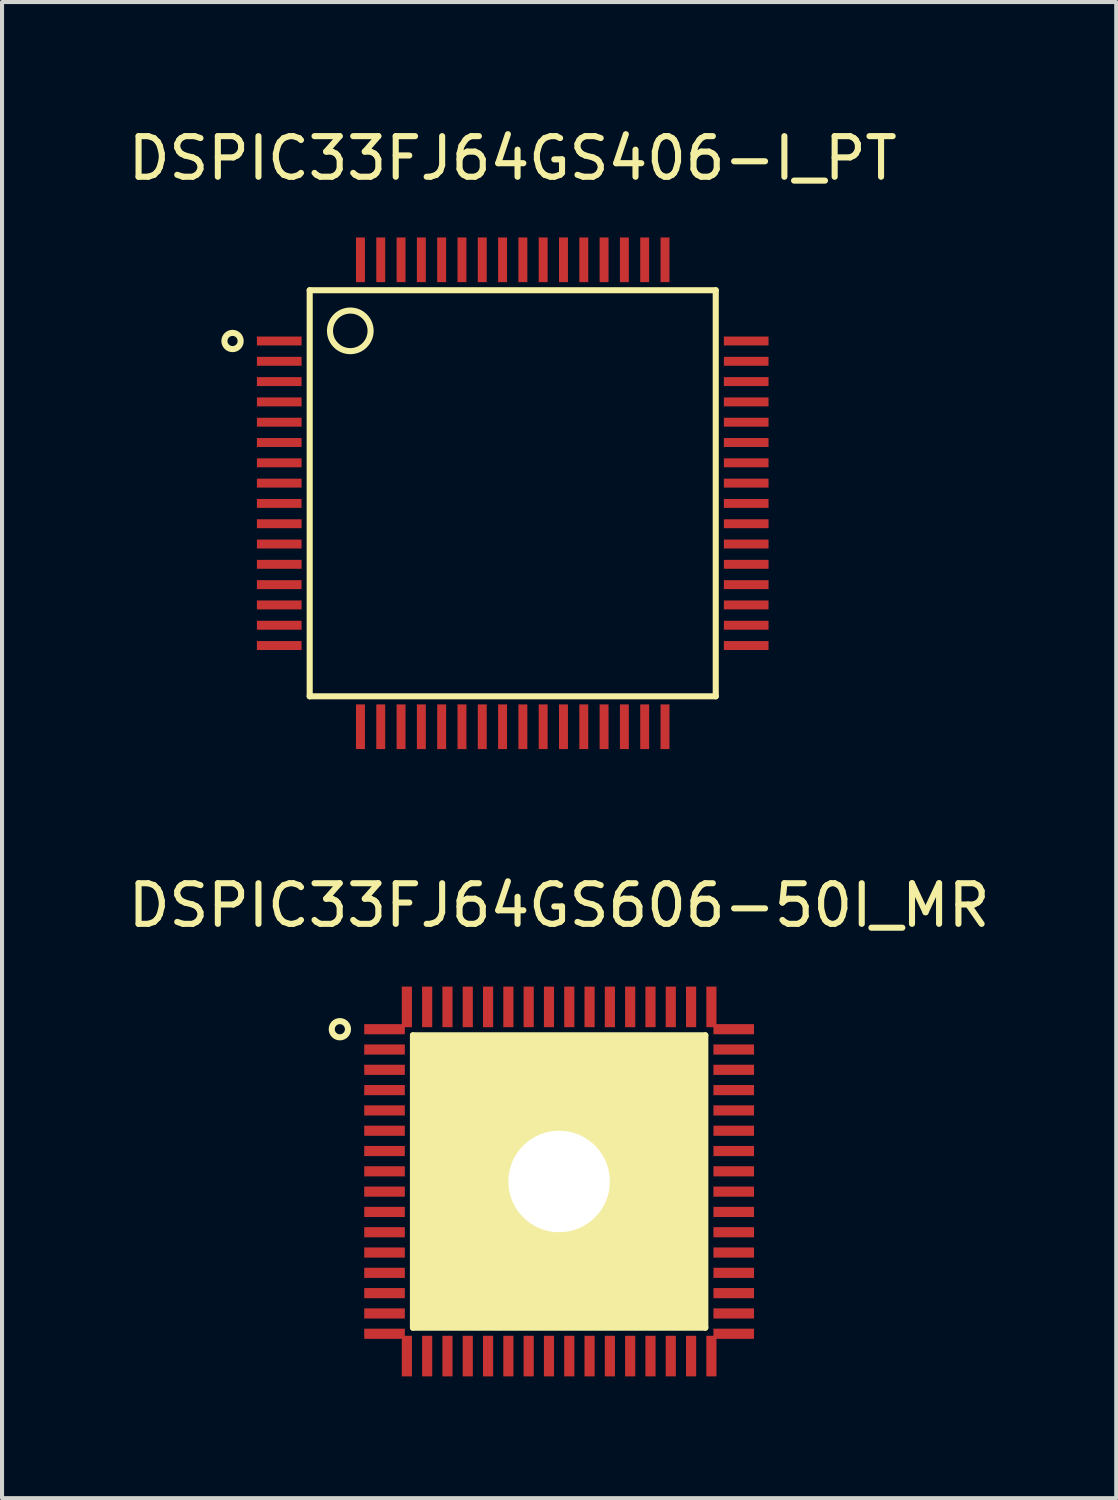
<source format=kicad_pcb>
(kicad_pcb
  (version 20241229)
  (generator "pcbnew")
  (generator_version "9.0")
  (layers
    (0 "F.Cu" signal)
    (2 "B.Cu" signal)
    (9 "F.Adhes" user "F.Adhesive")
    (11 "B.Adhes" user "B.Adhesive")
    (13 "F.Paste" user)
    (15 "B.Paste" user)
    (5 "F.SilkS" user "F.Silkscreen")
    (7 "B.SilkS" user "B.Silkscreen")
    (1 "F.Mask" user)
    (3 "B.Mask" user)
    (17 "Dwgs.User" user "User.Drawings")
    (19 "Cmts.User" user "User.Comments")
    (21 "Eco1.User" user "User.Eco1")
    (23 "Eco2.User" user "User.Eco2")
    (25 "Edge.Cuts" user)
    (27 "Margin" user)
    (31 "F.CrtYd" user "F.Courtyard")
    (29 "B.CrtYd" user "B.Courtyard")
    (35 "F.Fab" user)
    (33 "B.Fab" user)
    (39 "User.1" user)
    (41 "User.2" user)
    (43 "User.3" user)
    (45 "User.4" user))
  (footprint "DSPIC33FJ64GS606-50I_MR"
    (layer "F.Cu")
    (at 6.42 21.747)
    (property "Reference" "DSPIC33FJ64GS606-50I_MR" (at 4.3 -2.5 0) (layer "F.SilkS") (effects (font (size 1 1) (thickness 0.15))))
    (attr through_hole)
    (fp_line (start 0.7 0.7) (end 0.7 7.9) (stroke (width 0.15) (type solid)) (layer "F.SilkS"))
    (fp_line (start 0.7 0.7) (end 7.9 0.7) (stroke (width 0.15) (type solid)) (layer "F.SilkS"))
    (fp_line (start 0.7 7.9) (end 7.9 7.9) (stroke (width 0.15) (type solid)) (layer "F.SilkS"))
    (fp_line (start 7.9 7.9) (end 7.9 0.7) (stroke (width 0.15) (type solid)) (layer "F.SilkS"))
    (fp_circle (center -1.1 0.55) (end -1.1 0.35) (stroke (width 0.15) (type solid)) (fill no) (layer "F.SilkS"))
    (fp_circle (center 1.7 1.7) (end 1.7 1.2) (stroke (width 0.15) (type solid)) (fill no) (layer "F.SilkS"))
    (pad "1" smd rect (at 0 0.55) (size 1 0.25) (layers "F.Cu" "F.Mask" "F.Paste"))
    (pad "2" smd rect (at 0 1.05) (size 1 0.25) (layers "F.Cu" "F.Mask" "F.Paste"))
    (pad "3" smd rect (at 0 1.55) (size 1 0.25) (layers "F.Cu" "F.Mask" "F.Paste"))
    (pad "4" smd rect (at 0 2.05) (size 1 0.25) (layers "F.Cu" "F.Mask" "F.Paste"))
    (pad "5" smd rect (at 0 2.55) (size 1 0.25) (layers "F.Cu" "F.Mask" "F.Paste"))
    (pad "6" smd rect (at 0 3.05) (size 1 0.25) (layers "F.Cu" "F.Mask" "F.Paste"))
    (pad "7" smd rect (at 0 3.55) (size 1 0.25) (layers "F.Cu" "F.Mask" "F.Paste"))
    (pad "8" smd rect (at 0 4.05) (size 1 0.25) (layers "F.Cu" "F.Mask" "F.Paste"))
    (pad "9" smd rect (at 0 4.55) (size 1 0.25) (layers "F.Cu" "F.Mask" "F.Paste"))
    (pad "10" smd rect (at 0 5.05) (size 1 0.25) (layers "F.Cu" "F.Mask" "F.Paste"))
    (pad "11" smd rect (at 0 5.55) (size 1 0.25) (layers "F.Cu" "F.Mask" "F.Paste"))
    (pad "12" smd rect (at 0 6.05) (size 1 0.25) (layers "F.Cu" "F.Mask" "F.Paste"))
    (pad "13" smd rect (at 0 6.55) (size 1 0.25) (layers "F.Cu" "F.Mask" "F.Paste"))
    (pad "14" smd rect (at 0 7.05) (size 1 0.25) (layers "F.Cu" "F.Mask" "F.Paste"))
    (pad "15" smd rect (at 0 7.55) (size 1 0.25) (layers "F.Cu" "F.Mask" "F.Paste"))
    (pad "16" smd rect (at 0 8.05) (size 1 0.25) (layers "F.Cu" "F.Mask" "F.Paste"))
    (pad "17" smd rect (at 0.55 8.6) (size 0.25 1) (layers "F.Cu" "F.Mask" "F.Paste"))
    (pad "18" smd rect (at 1.05 8.6) (size 0.25 1) (layers "F.Cu" "F.Mask" "F.Paste"))
    (pad "19" smd rect (at 1.55 8.6) (size 0.25 1) (layers "F.Cu" "F.Mask" "F.Paste"))
    (pad "20" smd rect (at 2.05 8.6) (size 0.25 1) (layers "F.Cu" "F.Mask" "F.Paste"))
    (pad "21" smd rect (at 2.55 8.6) (size 0.25 1) (layers "F.Cu" "F.Mask" "F.Paste"))
    (pad "22" smd rect (at 3.05 8.6) (size 0.25 1) (layers "F.Cu" "F.Mask" "F.Paste"))
    (pad "23" smd rect (at 3.55 8.6) (size 0.25 1) (layers "F.Cu" "F.Mask" "F.Paste"))
    (pad "24" smd rect (at 4.05 8.6) (size 0.25 1) (layers "F.Cu" "F.Mask" "F.Paste"))
    (pad "25" smd rect (at 4.55 8.6) (size 0.25 1) (layers "F.Cu" "F.Mask" "F.Paste"))
    (pad "26" smd rect (at 5.05 8.6) (size 0.25 1) (layers "F.Cu" "F.Mask" "F.Paste"))
    (pad "27" smd rect (at 5.55 8.6) (size 0.25 1) (layers "F.Cu" "F.Mask" "F.Paste"))
    (pad "28" smd rect (at 6.05 8.6) (size 0.25 1) (layers "F.Cu" "F.Mask" "F.Paste"))
    (pad "29" smd rect (at 6.55 8.6) (size 0.25 1) (layers "F.Cu" "F.Mask" "F.Paste"))
    (pad "30" smd rect (at 7.05 8.6) (size 0.25 1) (layers "F.Cu" "F.Mask" "F.Paste"))
    (pad "31" smd rect (at 7.55 8.6) (size 0.25 1) (layers "F.Cu" "F.Mask" "F.Paste"))
    (pad "32" smd rect (at 8.05 8.6) (size 0.25 1) (layers "F.Cu" "F.Mask" "F.Paste"))
    (pad "33" smd rect (at 8.6 8.05) (size 1 0.25) (layers "F.Cu" "F.Mask" "F.Paste"))
    (pad "34" smd rect (at 8.6 7.55) (size 1 0.25) (layers "F.Cu" "F.Mask" "F.Paste"))
    (pad "35" smd rect (at 8.6 7.05) (size 1 0.25) (layers "F.Cu" "F.Mask" "F.Paste"))
    (pad "36" smd rect (at 8.6 6.55) (size 1 0.25) (layers "F.Cu" "F.Mask" "F.Paste"))
    (pad "37" smd rect (at 8.6 6.05) (size 1 0.25) (layers "F.Cu" "F.Mask" "F.Paste"))
    (pad "38" smd rect (at 8.6 5.55) (size 1 0.25) (layers "F.Cu" "F.Mask" "F.Paste"))
    (pad "39" smd rect (at 8.6 5.05) (size 1 0.25) (layers "F.Cu" "F.Mask" "F.Paste"))
    (pad "40" smd rect (at 8.6 4.55) (size 1 0.25) (layers "F.Cu" "F.Mask" "F.Paste"))
    (pad "41" smd rect (at 8.6 4.05) (size 1 0.25) (layers "F.Cu" "F.Mask" "F.Paste"))
    (pad "42" smd rect (at 8.6 3.55) (size 1 0.25) (layers "F.Cu" "F.Mask" "F.Paste"))
    (pad "43" smd rect (at 8.6 3.05) (size 1 0.25) (layers "F.Cu" "F.Mask" "F.Paste"))
    (pad "44" smd rect (at 8.6 2.55) (size 1 0.25) (layers "F.Cu" "F.Mask" "F.Paste"))
    (pad "45" smd rect (at 8.6 2.05) (size 1 0.25) (layers "F.Cu" "F.Mask" "F.Paste"))
    (pad "46" smd rect (at 8.6 1.55) (size 1 0.25) (layers "F.Cu" "F.Mask" "F.Paste"))
    (pad "47" smd rect (at 8.6 1.05) (size 1 0.25) (layers "F.Cu" "F.Mask" "F.Paste"))
    (pad "48" smd rect (at 8.6 0.55) (size 1 0.25) (layers "F.Cu" "F.Mask" "F.Paste"))
    (pad "49" smd rect (at 8.05 0) (size 0.25 1) (layers "F.Cu" "F.Mask" "F.Paste"))
    (pad "50" smd rect (at 7.55 0) (size 0.25 1) (layers "F.Cu" "F.Mask" "F.Paste"))
    (pad "51" smd rect (at 7.05 0) (size 0.25 1) (layers "F.Cu" "F.Mask" "F.Paste"))
    (pad "52" smd rect (at 6.55 0) (size 0.25 1) (layers "F.Cu" "F.Mask" "F.Paste"))
    (pad "53" smd rect (at 6.05 0) (size 0.25 1) (layers "F.Cu" "F.Mask" "F.Paste"))
    (pad "54" smd rect (at 5.55 0) (size 0.25 1) (layers "F.Cu" "F.Mask" "F.Paste"))
    (pad "55" smd rect (at 5.05 0) (size 0.25 1) (layers "F.Cu" "F.Mask" "F.Paste"))
    (pad "56" smd rect (at 4.55 0) (size 0.25 1) (layers "F.Cu" "F.Mask" "F.Paste"))
    (pad "57" smd rect (at 4.05 0) (size 0.25 1) (layers "F.Cu" "F.Mask" "F.Paste"))
    (pad "58" smd rect (at 3.55 0) (size 0.25 1) (layers "F.Cu" "F.Mask" "F.Paste"))
    (pad "59" smd rect (at 3.05 0) (size 0.25 1) (layers "F.Cu" "F.Mask" "F.Paste"))
    (pad "60" smd rect (at 2.55 0) (size 0.25 1) (layers "F.Cu" "F.Mask" "F.Paste"))
    (pad "61" smd rect (at 2.05 0) (size 0.25 1) (layers "F.Cu" "F.Mask" "F.Paste"))
    (pad "62" smd rect (at 1.55 0) (size 0.25 1) (layers "F.Cu" "F.Mask" "F.Paste"))
    (pad "63" smd rect (at 1.05 0) (size 0.25 1) (layers "F.Cu" "F.Mask" "F.Paste"))
    (pad "64" smd rect (at 0.55 0) (size 0.25 1) (layers "F.Cu" "F.Mask" "F.Paste"))
    (pad "999" thru_hole rect (at 4.3 4.3) (size 7.15 7.15) (drill 2.5) (layers "*.Cu" "*.Mask" "F.SilkS")))
  (footprint "DSPIC33FJ64GS406-I_PT"
    (layer "F.Cu")
    (at 3.827 3.348)
    (property "Reference" "DSPIC33FJ64GS406-I_PT" (at 5.75 -2.5 0) (layer "F.SilkS") (effects (font (size 1 1) (thickness 0.15))))
    (attr through_hole)
    (fp_line (start 0.75 0.75) (end 0.75 10.75) (stroke (width 0.15) (type solid)) (layer "F.SilkS"))
    (fp_line (start 0.75 0.75) (end 10.75 0.75) (stroke (width 0.15) (type solid)) (layer "F.SilkS"))
    (fp_line (start 0.75 10.75) (end 10.75 10.75) (stroke (width 0.15) (type solid)) (layer "F.SilkS"))
    (fp_line (start 10.75 10.75) (end 10.75 0.75) (stroke (width 0.15) (type solid)) (layer "F.SilkS"))
    (fp_circle (center -1.15 2) (end -1.15 1.8) (stroke (width 0.15) (type solid)) (fill no) (layer "F.SilkS"))
    (fp_circle (center 1.75 1.75) (end 1.75 1.25) (stroke (width 0.15) (type solid)) (fill no) (layer "F.SilkS"))
    (pad "1" smd rect (at 0 2) (size 1.1 0.22) (layers "F.Cu" "F.Mask" "F.Paste"))
    (pad "2" smd rect (at 0 2.5) (size 1.1 0.22) (layers "F.Cu" "F.Mask" "F.Paste"))
    (pad "3" smd rect (at 0 3) (size 1.1 0.22) (layers "F.Cu" "F.Mask" "F.Paste"))
    (pad "4" smd rect (at 0 3.5) (size 1.1 0.22) (layers "F.Cu" "F.Mask" "F.Paste"))
    (pad "5" smd rect (at 0 4) (size 1.1 0.22) (layers "F.Cu" "F.Mask" "F.Paste"))
    (pad "6" smd rect (at 0 4.5) (size 1.1 0.22) (layers "F.Cu" "F.Mask" "F.Paste"))
    (pad "7" smd rect (at 0 5) (size 1.1 0.22) (layers "F.Cu" "F.Mask" "F.Paste"))
    (pad "8" smd rect (at 0 5.5) (size 1.1 0.22) (layers "F.Cu" "F.Mask" "F.Paste"))
    (pad "9" smd rect (at 0 6) (size 1.1 0.22) (layers "F.Cu" "F.Mask" "F.Paste"))
    (pad "10" smd rect (at 0 6.5) (size 1.1 0.22) (layers "F.Cu" "F.Mask" "F.Paste"))
    (pad "11" smd rect (at 0 7) (size 1.1 0.22) (layers "F.Cu" "F.Mask" "F.Paste"))
    (pad "12" smd rect (at 0 7.5) (size 1.1 0.22) (layers "F.Cu" "F.Mask" "F.Paste"))
    (pad "13" smd rect (at 0 8) (size 1.1 0.22) (layers "F.Cu" "F.Mask" "F.Paste"))
    (pad "14" smd rect (at 0 8.5) (size 1.1 0.22) (layers "F.Cu" "F.Mask" "F.Paste"))
    (pad "15" smd rect (at 0 9) (size 1.1 0.22) (layers "F.Cu" "F.Mask" "F.Paste"))
    (pad "16" smd rect (at 0 9.5) (size 1.1 0.22) (layers "F.Cu" "F.Mask" "F.Paste"))
    (pad "17" smd rect (at 2 11.5) (size 0.22 1.1) (layers "F.Cu" "F.Mask" "F.Paste"))
    (pad "18" smd rect (at 2.5 11.5) (size 0.22 1.1) (layers "F.Cu" "F.Mask" "F.Paste"))
    (pad "19" smd rect (at 3 11.5) (size 0.22 1.1) (layers "F.Cu" "F.Mask" "F.Paste"))
    (pad "20" smd rect (at 3.5 11.5) (size 0.22 1.1) (layers "F.Cu" "F.Mask" "F.Paste"))
    (pad "21" smd rect (at 4 11.5) (size 0.22 1.1) (layers "F.Cu" "F.Mask" "F.Paste"))
    (pad "22" smd rect (at 4.5 11.5) (size 0.22 1.1) (layers "F.Cu" "F.Mask" "F.Paste"))
    (pad "23" smd rect (at 5 11.5) (size 0.22 1.1) (layers "F.Cu" "F.Mask" "F.Paste"))
    (pad "24" smd rect (at 5.5 11.5) (size 0.22 1.1) (layers "F.Cu" "F.Mask" "F.Paste"))
    (pad "25" smd rect (at 6 11.5) (size 0.22 1.1) (layers "F.Cu" "F.Mask" "F.Paste"))
    (pad "26" smd rect (at 6.5 11.5) (size 0.22 1.1) (layers "F.Cu" "F.Mask" "F.Paste"))
    (pad "27" smd rect (at 7 11.5) (size 0.22 1.1) (layers "F.Cu" "F.Mask" "F.Paste"))
    (pad "28" smd rect (at 7.5 11.5) (size 0.22 1.1) (layers "F.Cu" "F.Mask" "F.Paste"))
    (pad "29" smd rect (at 8 11.5) (size 0.22 1.1) (layers "F.Cu" "F.Mask" "F.Paste"))
    (pad "30" smd rect (at 8.5 11.5) (size 0.22 1.1) (layers "F.Cu" "F.Mask" "F.Paste"))
    (pad "31" smd rect (at 9 11.5) (size 0.22 1.1) (layers "F.Cu" "F.Mask" "F.Paste"))
    (pad "32" smd rect (at 9.5 11.5) (size 0.22 1.1) (layers "F.Cu" "F.Mask" "F.Paste"))
    (pad "33" smd rect (at 11.5 9.5) (size 1.1 0.22) (layers "F.Cu" "F.Mask" "F.Paste"))
    (pad "34" smd rect (at 11.5 9) (size 1.1 0.22) (layers "F.Cu" "F.Mask" "F.Paste"))
    (pad "35" smd rect (at 11.5 8.5) (size 1.1 0.22) (layers "F.Cu" "F.Mask" "F.Paste"))
    (pad "36" smd rect (at 11.5 8) (size 1.1 0.22) (layers "F.Cu" "F.Mask" "F.Paste"))
    (pad "37" smd rect (at 11.5 7.5) (size 1.1 0.22) (layers "F.Cu" "F.Mask" "F.Paste"))
    (pad "38" smd rect (at 11.5 7) (size 1.1 0.22) (layers "F.Cu" "F.Mask" "F.Paste"))
    (pad "39" smd rect (at 11.5 6.5) (size 1.1 0.22) (layers "F.Cu" "F.Mask" "F.Paste"))
    (pad "40" smd rect (at 11.5 6) (size 1.1 0.22) (layers "F.Cu" "F.Mask" "F.Paste"))
    (pad "41" smd rect (at 11.5 5.5) (size 1.1 0.22) (layers "F.Cu" "F.Mask" "F.Paste"))
    (pad "42" smd rect (at 11.5 5) (size 1.1 0.22) (layers "F.Cu" "F.Mask" "F.Paste"))
    (pad "43" smd rect (at 11.5 4.5) (size 1.1 0.22) (layers "F.Cu" "F.Mask" "F.Paste"))
    (pad "44" smd rect (at 11.5 4) (size 1.1 0.22) (layers "F.Cu" "F.Mask" "F.Paste"))
    (pad "45" smd rect (at 11.5 3.5) (size 1.1 0.22) (layers "F.Cu" "F.Mask" "F.Paste"))
    (pad "46" smd rect (at 11.5 3) (size 1.1 0.22) (layers "F.Cu" "F.Mask" "F.Paste"))
    (pad "47" smd rect (at 11.5 2.5) (size 1.1 0.22) (layers "F.Cu" "F.Mask" "F.Paste"))
    (pad "48" smd rect (at 11.5 2) (size 1.1 0.22) (layers "F.Cu" "F.Mask" "F.Paste"))
    (pad "49" smd rect (at 9.5 0) (size 0.22 1.1) (layers "F.Cu" "F.Mask" "F.Paste"))
    (pad "50" smd rect (at 9 0) (size 0.22 1.1) (layers "F.Cu" "F.Mask" "F.Paste"))
    (pad "51" smd rect (at 8.5 0) (size 0.22 1.1) (layers "F.Cu" "F.Mask" "F.Paste"))
    (pad "52" smd rect (at 8 0) (size 0.22 1.1) (layers "F.Cu" "F.Mask" "F.Paste"))
    (pad "53" smd rect (at 7.5 0) (size 0.22 1.1) (layers "F.Cu" "F.Mask" "F.Paste"))
    (pad "54" smd rect (at 7 0) (size 0.22 1.1) (layers "F.Cu" "F.Mask" "F.Paste"))
    (pad "55" smd rect (at 6.5 0) (size 0.22 1.1) (layers "F.Cu" "F.Mask" "F.Paste"))
    (pad "56" smd rect (at 6 0) (size 0.22 1.1) (layers "F.Cu" "F.Mask" "F.Paste"))
    (pad "57" smd rect (at 5.5 0) (size 0.22 1.1) (layers "F.Cu" "F.Mask" "F.Paste"))
    (pad "58" smd rect (at 5 0) (size 0.22 1.1) (layers "F.Cu" "F.Mask" "F.Paste"))
    (pad "59" smd rect (at 4.5 0) (size 0.22 1.1) (layers "F.Cu" "F.Mask" "F.Paste"))
    (pad "60" smd rect (at 4 0) (size 0.22 1.1) (layers "F.Cu" "F.Mask" "F.Paste"))
    (pad "61" smd rect (at 3.5 0) (size 0.22 1.1) (layers "F.Cu" "F.Mask" "F.Paste"))
    (pad "62" smd rect (at 3 0) (size 0.22 1.1) (layers "F.Cu" "F.Mask" "F.Paste"))
    (pad "63" smd rect (at 2.5 0) (size 0.22 1.1) (layers "F.Cu" "F.Mask" "F.Paste"))
    (pad "64" smd rect (at 2 0) (size 0.22 1.1) (layers "F.Cu" "F.Mask" "F.Paste")))
  (gr_rect
    (start -3 -3)
    (end 24.44 33.846)
    (stroke (width 0.1) (type default))
    (fill no)
    (layer "Edge.Cuts")))
</source>
